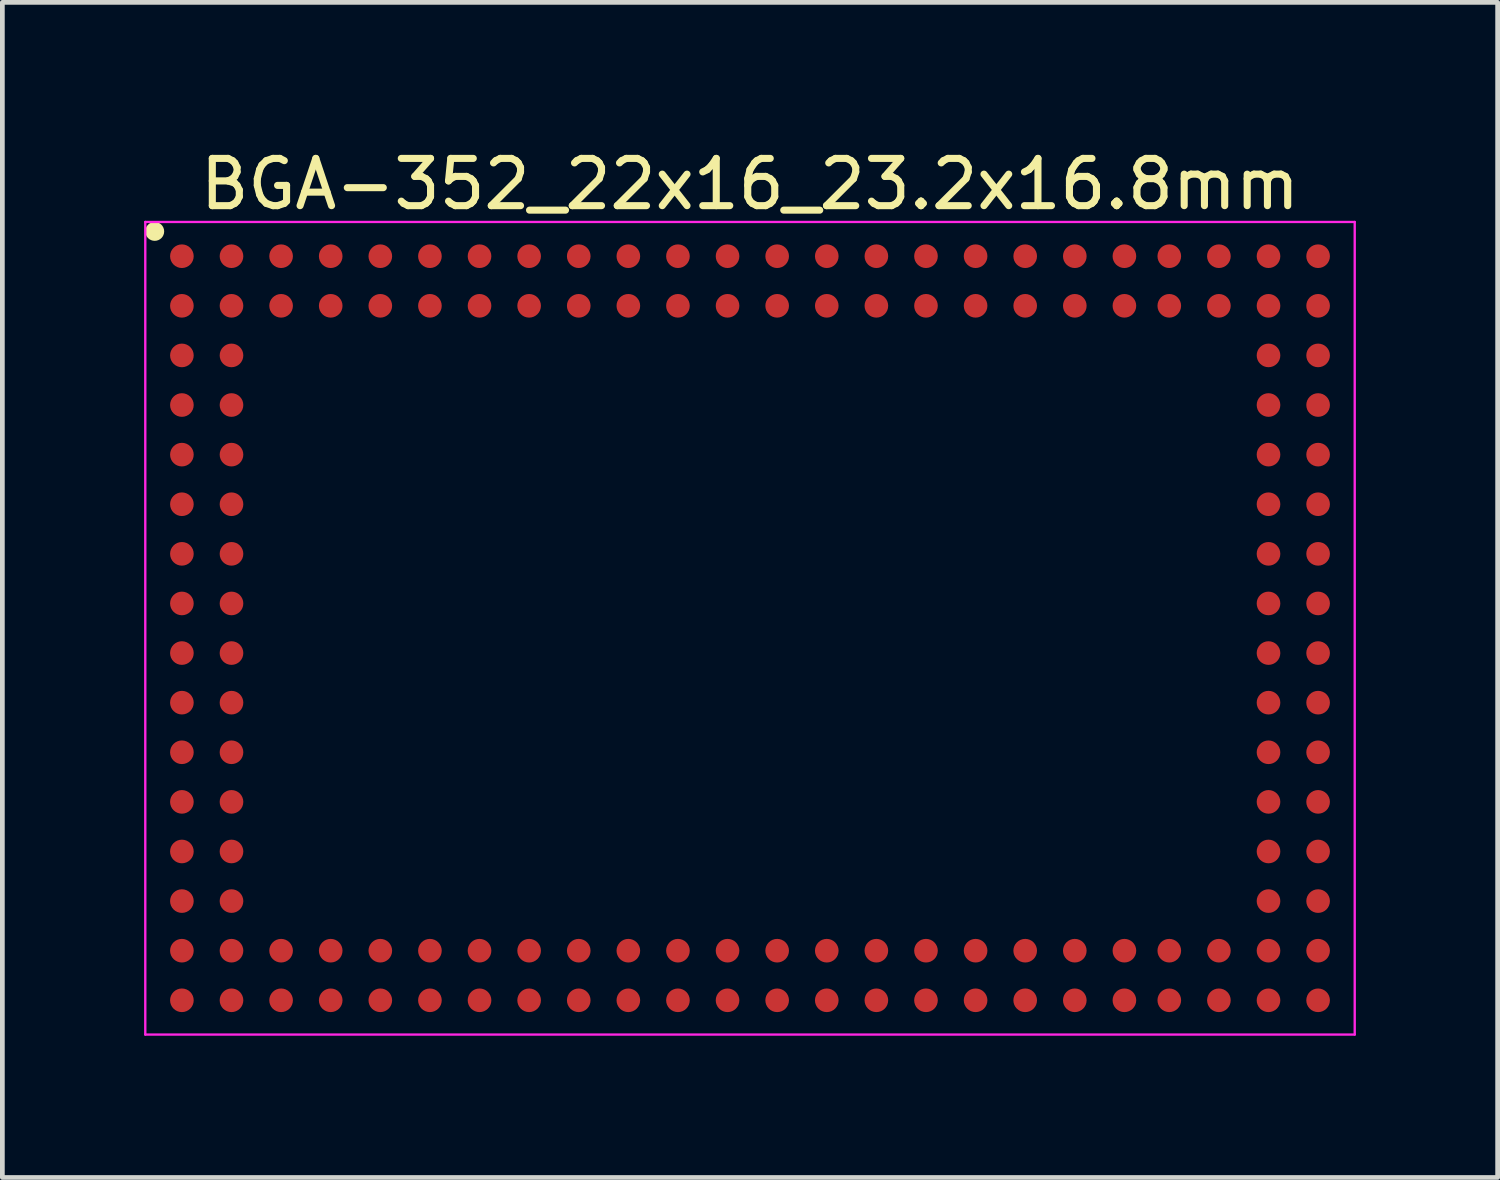
<source format=kicad_pcb>
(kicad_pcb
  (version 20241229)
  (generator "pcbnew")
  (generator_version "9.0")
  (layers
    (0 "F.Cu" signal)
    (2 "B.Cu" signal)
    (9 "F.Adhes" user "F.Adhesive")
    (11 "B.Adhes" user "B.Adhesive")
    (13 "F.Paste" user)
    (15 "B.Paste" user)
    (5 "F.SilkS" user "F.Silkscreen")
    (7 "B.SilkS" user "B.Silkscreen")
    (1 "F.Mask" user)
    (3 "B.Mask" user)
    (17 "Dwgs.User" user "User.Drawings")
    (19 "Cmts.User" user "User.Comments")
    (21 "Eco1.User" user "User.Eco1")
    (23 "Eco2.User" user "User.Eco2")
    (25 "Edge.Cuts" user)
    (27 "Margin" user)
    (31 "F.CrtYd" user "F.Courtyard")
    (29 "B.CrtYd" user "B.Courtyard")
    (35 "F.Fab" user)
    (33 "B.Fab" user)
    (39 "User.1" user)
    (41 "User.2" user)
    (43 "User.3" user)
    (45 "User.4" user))
  (footprint "BGA-352_22x16_23.2x16.8mm"
    (layer "F.Cu")
    (at 12.825 10.248)
    (property "Reference" "BGA-352_22x16_23.2x16.8mm" (at 0 -9.4 0) (layer "F.SilkS") (effects (font (size 1 1) (thickness 0.15))))
    (attr smd)
    (fp_circle (center -12.6 -8.4) (end -12.5 -8.4) (stroke (width 0.2) (type solid)) (fill no) (layer "F.SilkS"))
    (fp_line (start -12.8 -8.6) (end 12.8 -8.6) (stroke (width 0.05) (type solid)) (layer "F.CrtYd"))
    (fp_line (start -12.8 8.6) (end -12.8 -8.6) (stroke (width 0.05) (type solid)) (layer "F.CrtYd"))
    (fp_line (start 12.8 -8.6) (end 12.8 8.6) (stroke (width 0.05) (type solid)) (layer "F.CrtYd"))
    (fp_line (start 12.8 8.6) (end -12.8 8.6) (stroke (width 0.05) (type solid)) (layer "F.CrtYd"))
    (pad "A1" smd circle (at -12.025 -7.875) (size 0.5 0.5) (layers "F.Cu" "F.Mask" "F.Paste"))
    (pad "A2" smd circle (at -10.975 -7.875) (size 0.5 0.5) (layers "F.Cu" "F.Mask" "F.Paste"))
    (pad "A3" smd circle (at -9.925 -7.875) (size 0.5 0.5) (layers "F.Cu" "F.Mask" "F.Paste"))
    (pad "A4" smd circle (at -8.875 -7.875) (size 0.5 0.5) (layers "F.Cu" "F.Mask" "F.Paste"))
    (pad "A5" smd circle (at -7.825 -7.875) (size 0.5 0.5) (layers "F.Cu" "F.Mask" "F.Paste"))
    (pad "A6" smd circle (at -6.775 -7.875) (size 0.5 0.5) (layers "F.Cu" "F.Mask" "F.Paste"))
    (pad "A7" smd circle (at -5.725 -7.875) (size 0.5 0.5) (layers "F.Cu" "F.Mask" "F.Paste"))
    (pad "A8" smd circle (at -4.675 -7.875) (size 0.5 0.5) (layers "F.Cu" "F.Mask" "F.Paste"))
    (pad "A9" smd circle (at -3.625 -7.875) (size 0.5 0.5) (layers "F.Cu" "F.Mask" "F.Paste"))
    (pad "A10" smd circle (at -2.575 -7.875) (size 0.5 0.5) (layers "F.Cu" "F.Mask" "F.Paste"))
    (pad "A11" smd circle (at -1.525 -7.875) (size 0.5 0.5) (layers "F.Cu" "F.Mask" "F.Paste"))
    (pad "A12" smd circle (at -0.475 -7.875) (size 0.5 0.5) (layers "F.Cu" "F.Mask" "F.Paste"))
    (pad "A13" smd circle (at 0.575 -7.875) (size 0.5 0.5) (layers "F.Cu" "F.Mask" "F.Paste"))
    (pad "A14" smd circle (at 1.625 -7.875) (size 0.5 0.5) (layers "F.Cu" "F.Mask" "F.Paste"))
    (pad "A15" smd circle (at 2.675 -7.875) (size 0.5 0.5) (layers "F.Cu" "F.Mask" "F.Paste"))
    (pad "A16" smd circle (at 3.725 -7.875) (size 0.5 0.5) (layers "F.Cu" "F.Mask" "F.Paste"))
    (pad "A17" smd circle (at 4.775 -7.875) (size 0.5 0.5) (layers "F.Cu" "F.Mask" "F.Paste"))
    (pad "A18" smd circle (at 5.825 -7.875) (size 0.5 0.5) (layers "F.Cu" "F.Mask" "F.Paste"))
    (pad "A19" smd circle (at 6.875 -7.875) (size 0.5 0.5) (layers "F.Cu" "F.Mask" "F.Paste"))
    (pad "A19" smd circle (at 8.875 -7.875) (size 0.5 0.5) (layers "F.Cu" "F.Mask" "F.Paste"))
    (pad "A20" smd circle (at 7.925 -7.875) (size 0.5 0.5) (layers "F.Cu" "F.Mask" "F.Paste"))
    (pad "A20" smd circle (at 9.925 -7.875) (size 0.5 0.5) (layers "F.Cu" "F.Mask" "F.Paste"))
    (pad "A21" smd circle (at 10.975 -7.875) (size 0.5 0.5) (layers "F.Cu" "F.Mask" "F.Paste"))
    (pad "A22" smd circle (at 12.025 -7.875) (size 0.5 0.5) (layers "F.Cu" "F.Mask" "F.Paste"))
    (pad "B1" smd circle (at -12.025 -6.825) (size 0.5 0.5) (layers "F.Cu" "F.Mask" "F.Paste"))
    (pad "B2" smd circle (at -10.975 -6.825) (size 0.5 0.5) (layers "F.Cu" "F.Mask" "F.Paste"))
    (pad "B3" smd circle (at -9.925 -6.825) (size 0.5 0.5) (layers "F.Cu" "F.Mask" "F.Paste"))
    (pad "B4" smd circle (at -8.875 -6.825) (size 0.5 0.5) (layers "F.Cu" "F.Mask" "F.Paste"))
    (pad "B5" smd circle (at -7.825 -6.825) (size 0.5 0.5) (layers "F.Cu" "F.Mask" "F.Paste"))
    (pad "B6" smd circle (at -6.775 -6.825) (size 0.5 0.5) (layers "F.Cu" "F.Mask" "F.Paste"))
    (pad "B7" smd circle (at -5.725 -6.825) (size 0.5 0.5) (layers "F.Cu" "F.Mask" "F.Paste"))
    (pad "B8" smd circle (at -4.675 -6.825) (size 0.5 0.5) (layers "F.Cu" "F.Mask" "F.Paste"))
    (pad "B9" smd circle (at -3.625 -6.825) (size 0.5 0.5) (layers "F.Cu" "F.Mask" "F.Paste"))
    (pad "B10" smd circle (at -2.575 -6.825) (size 0.5 0.5) (layers "F.Cu" "F.Mask" "F.Paste"))
    (pad "B11" smd circle (at -1.525 -6.825) (size 0.5 0.5) (layers "F.Cu" "F.Mask" "F.Paste"))
    (pad "B12" smd circle (at -0.475 -6.825) (size 0.5 0.5) (layers "F.Cu" "F.Mask" "F.Paste"))
    (pad "B13" smd circle (at 0.575 -6.825) (size 0.5 0.5) (layers "F.Cu" "F.Mask" "F.Paste"))
    (pad "B14" smd circle (at 1.625 -6.825) (size 0.5 0.5) (layers "F.Cu" "F.Mask" "F.Paste"))
    (pad "B15" smd circle (at 2.675 -6.825) (size 0.5 0.5) (layers "F.Cu" "F.Mask" "F.Paste"))
    (pad "B16" smd circle (at 3.725 -6.825) (size 0.5 0.5) (layers "F.Cu" "F.Mask" "F.Paste"))
    (pad "B17" smd circle (at 4.775 -6.825) (size 0.5 0.5) (layers "F.Cu" "F.Mask" "F.Paste"))
    (pad "B18" smd circle (at 5.825 -6.825) (size 0.5 0.5) (layers "F.Cu" "F.Mask" "F.Paste"))
    (pad "B19" smd circle (at 6.875 -6.825) (size 0.5 0.5) (layers "F.Cu" "F.Mask" "F.Paste"))
    (pad "B19" smd circle (at 8.875 -6.825) (size 0.5 0.5) (layers "F.Cu" "F.Mask" "F.Paste"))
    (pad "B20" smd circle (at 7.925 -6.825) (size 0.5 0.5) (layers "F.Cu" "F.Mask" "F.Paste"))
    (pad "B20" smd circle (at 9.925 -6.825) (size 0.5 0.5) (layers "F.Cu" "F.Mask" "F.Paste"))
    (pad "B21" smd circle (at 10.975 -6.825) (size 0.5 0.5) (layers "F.Cu" "F.Mask" "F.Paste"))
    (pad "B22" smd circle (at 12.025 -6.825) (size 0.5 0.5) (layers "F.Cu" "F.Mask" "F.Paste"))
    (pad "C1" smd circle (at -12.025 -5.775) (size 0.5 0.5) (layers "F.Cu" "F.Mask" "F.Paste"))
    (pad "C2" smd circle (at -10.975 -5.775) (size 0.5 0.5) (layers "F.Cu" "F.Mask" "F.Paste"))
    (pad "C21" smd circle (at 10.975 -5.775) (size 0.5 0.5) (layers "F.Cu" "F.Mask" "F.Paste"))
    (pad "C22" smd circle (at 12.025 -5.775) (size 0.5 0.5) (layers "F.Cu" "F.Mask" "F.Paste"))
    (pad "D1" smd circle (at -12.025 -4.725) (size 0.5 0.5) (layers "F.Cu" "F.Mask" "F.Paste"))
    (pad "D2" smd circle (at -10.975 -4.725) (size 0.5 0.5) (layers "F.Cu" "F.Mask" "F.Paste"))
    (pad "D21" smd circle (at 10.975 -4.725) (size 0.5 0.5) (layers "F.Cu" "F.Mask" "F.Paste"))
    (pad "D22" smd circle (at 12.025 -4.725) (size 0.5 0.5) (layers "F.Cu" "F.Mask" "F.Paste"))
    (pad "E1" smd circle (at -12.025 -3.675) (size 0.5 0.5) (layers "F.Cu" "F.Mask" "F.Paste"))
    (pad "E2" smd circle (at -10.975 -3.675) (size 0.5 0.5) (layers "F.Cu" "F.Mask" "F.Paste"))
    (pad "E21" smd circle (at 10.975 -3.675) (size 0.5 0.5) (layers "F.Cu" "F.Mask" "F.Paste"))
    (pad "E22" smd circle (at 12.025 -3.675) (size 0.5 0.5) (layers "F.Cu" "F.Mask" "F.Paste"))
    (pad "F1" smd circle (at -12.025 -2.625) (size 0.5 0.5) (layers "F.Cu" "F.Mask" "F.Paste"))
    (pad "F2" smd circle (at -10.975 -2.625) (size 0.5 0.5) (layers "F.Cu" "F.Mask" "F.Paste"))
    (pad "F21" smd circle (at 10.975 -2.625) (size 0.5 0.5) (layers "F.Cu" "F.Mask" "F.Paste"))
    (pad "F22" smd circle (at 12.025 -2.625) (size 0.5 0.5) (layers "F.Cu" "F.Mask" "F.Paste"))
    (pad "G1" smd circle (at -12.025 -1.575) (size 0.5 0.5) (layers "F.Cu" "F.Mask" "F.Paste"))
    (pad "G2" smd circle (at -10.975 -1.575) (size 0.5 0.5) (layers "F.Cu" "F.Mask" "F.Paste"))
    (pad "G21" smd circle (at 10.975 -1.575) (size 0.5 0.5) (layers "F.Cu" "F.Mask" "F.Paste"))
    (pad "G22" smd circle (at 12.025 -1.575) (size 0.5 0.5) (layers "F.Cu" "F.Mask" "F.Paste"))
    (pad "H1" smd circle (at -12.025 -0.525) (size 0.5 0.5) (layers "F.Cu" "F.Mask" "F.Paste"))
    (pad "H2" smd circle (at -10.975 -0.525) (size 0.5 0.5) (layers "F.Cu" "F.Mask" "F.Paste"))
    (pad "H21" smd circle (at 10.975 -0.525) (size 0.5 0.5) (layers "F.Cu" "F.Mask" "F.Paste"))
    (pad "H22" smd circle (at 12.025 -0.525) (size 0.5 0.5) (layers "F.Cu" "F.Mask" "F.Paste"))
    (pad "J1" smd circle (at -12.025 0.525) (size 0.5 0.5) (layers "F.Cu" "F.Mask" "F.Paste"))
    (pad "J2" smd circle (at -10.975 0.525) (size 0.5 0.5) (layers "F.Cu" "F.Mask" "F.Paste"))
    (pad "J21" smd circle (at 10.975 0.525) (size 0.5 0.5) (layers "F.Cu" "F.Mask" "F.Paste"))
    (pad "J22" smd circle (at 12.025 0.525) (size 0.5 0.5) (layers "F.Cu" "F.Mask" "F.Paste"))
    (pad "K1" smd circle (at -12.025 1.575) (size 0.5 0.5) (layers "F.Cu" "F.Mask" "F.Paste"))
    (pad "K2" smd circle (at -10.975 1.575) (size 0.5 0.5) (layers "F.Cu" "F.Mask" "F.Paste"))
    (pad "K21" smd circle (at 10.975 1.575) (size 0.5 0.5) (layers "F.Cu" "F.Mask" "F.Paste"))
    (pad "K22" smd circle (at 12.025 1.575) (size 0.5 0.5) (layers "F.Cu" "F.Mask" "F.Paste"))
    (pad "L1" smd circle (at -12.025 2.625) (size 0.5 0.5) (layers "F.Cu" "F.Mask" "F.Paste"))
    (pad "L2" smd circle (at -10.975 2.625) (size 0.5 0.5) (layers "F.Cu" "F.Mask" "F.Paste"))
    (pad "L21" smd circle (at 10.975 2.625) (size 0.5 0.5) (layers "F.Cu" "F.Mask" "F.Paste"))
    (pad "L22" smd circle (at 12.025 2.625) (size 0.5 0.5) (layers "F.Cu" "F.Mask" "F.Paste"))
    (pad "M1" smd circle (at -12.025 3.675) (size 0.5 0.5) (layers "F.Cu" "F.Mask" "F.Paste"))
    (pad "M2" smd circle (at -10.975 3.675) (size 0.5 0.5) (layers "F.Cu" "F.Mask" "F.Paste"))
    (pad "M21" smd circle (at 10.975 3.675) (size 0.5 0.5) (layers "F.Cu" "F.Mask" "F.Paste"))
    (pad "M22" smd circle (at 12.025 3.675) (size 0.5 0.5) (layers "F.Cu" "F.Mask" "F.Paste"))
    (pad "N1" smd circle (at -12.025 4.725) (size 0.5 0.5) (layers "F.Cu" "F.Mask" "F.Paste"))
    (pad "N2" smd circle (at -10.975 4.725) (size 0.5 0.5) (layers "F.Cu" "F.Mask" "F.Paste"))
    (pad "N21" smd circle (at 10.975 4.725) (size 0.5 0.5) (layers "F.Cu" "F.Mask" "F.Paste"))
    (pad "N22" smd circle (at 12.025 4.725) (size 0.5 0.5) (layers "F.Cu" "F.Mask" "F.Paste"))
    (pad "P1" smd circle (at -12.025 5.775) (size 0.5 0.5) (layers "F.Cu" "F.Mask" "F.Paste"))
    (pad "P2" smd circle (at -10.975 5.775) (size 0.5 0.5) (layers "F.Cu" "F.Mask" "F.Paste"))
    (pad "P21" smd circle (at 10.975 5.775) (size 0.5 0.5) (layers "F.Cu" "F.Mask" "F.Paste"))
    (pad "P22" smd circle (at 12.025 5.775) (size 0.5 0.5) (layers "F.Cu" "F.Mask" "F.Paste"))
    (pad "R1" smd circle (at -12.025 6.825) (size 0.5 0.5) (layers "F.Cu" "F.Mask" "F.Paste"))
    (pad "R2" smd circle (at -10.975 6.825) (size 0.5 0.5) (layers "F.Cu" "F.Mask" "F.Paste"))
    (pad "R3" smd circle (at -9.925 6.825) (size 0.5 0.5) (layers "F.Cu" "F.Mask" "F.Paste"))
    (pad "R4" smd circle (at -8.875 6.825) (size 0.5 0.5) (layers "F.Cu" "F.Mask" "F.Paste"))
    (pad "R5" smd circle (at -7.825 6.825) (size 0.5 0.5) (layers "F.Cu" "F.Mask" "F.Paste"))
    (pad "R6" smd circle (at -6.775 6.825) (size 0.5 0.5) (layers "F.Cu" "F.Mask" "F.Paste"))
    (pad "R7" smd circle (at -5.725 6.825) (size 0.5 0.5) (layers "F.Cu" "F.Mask" "F.Paste"))
    (pad "R8" smd circle (at -4.675 6.825) (size 0.5 0.5) (layers "F.Cu" "F.Mask" "F.Paste"))
    (pad "R9" smd circle (at -3.625 6.825) (size 0.5 0.5) (layers "F.Cu" "F.Mask" "F.Paste"))
    (pad "R10" smd circle (at -2.575 6.825) (size 0.5 0.5) (layers "F.Cu" "F.Mask" "F.Paste"))
    (pad "R11" smd circle (at -1.525 6.825) (size 0.5 0.5) (layers "F.Cu" "F.Mask" "F.Paste"))
    (pad "R12" smd circle (at -0.475 6.825) (size 0.5 0.5) (layers "F.Cu" "F.Mask" "F.Paste"))
    (pad "R13" smd circle (at 0.575 6.825) (size 0.5 0.5) (layers "F.Cu" "F.Mask" "F.Paste"))
    (pad "R14" smd circle (at 1.625 6.825) (size 0.5 0.5) (layers "F.Cu" "F.Mask" "F.Paste"))
    (pad "R15" smd circle (at 2.675 6.825) (size 0.5 0.5) (layers "F.Cu" "F.Mask" "F.Paste"))
    (pad "R16" smd circle (at 3.725 6.825) (size 0.5 0.5) (layers "F.Cu" "F.Mask" "F.Paste"))
    (pad "R17" smd circle (at 4.775 6.825) (size 0.5 0.5) (layers "F.Cu" "F.Mask" "F.Paste"))
    (pad "R18" smd circle (at 5.825 6.825) (size 0.5 0.5) (layers "F.Cu" "F.Mask" "F.Paste"))
    (pad "R19" smd circle (at 6.875 6.825) (size 0.5 0.5) (layers "F.Cu" "F.Mask" "F.Paste"))
    (pad "R19" smd circle (at 8.875 6.825) (size 0.5 0.5) (layers "F.Cu" "F.Mask" "F.Paste"))
    (pad "R20" smd circle (at 7.925 6.825) (size 0.5 0.5) (layers "F.Cu" "F.Mask" "F.Paste"))
    (pad "R20" smd circle (at 9.925 6.825) (size 0.5 0.5) (layers "F.Cu" "F.Mask" "F.Paste"))
    (pad "R21" smd circle (at 10.975 6.825) (size 0.5 0.5) (layers "F.Cu" "F.Mask" "F.Paste"))
    (pad "R22" smd circle (at 12.025 6.825) (size 0.5 0.5) (layers "F.Cu" "F.Mask" "F.Paste"))
    (pad "T1" smd circle (at -12.025 7.875) (size 0.5 0.5) (layers "F.Cu" "F.Mask" "F.Paste"))
    (pad "T2" smd circle (at -10.975 7.875) (size 0.5 0.5) (layers "F.Cu" "F.Mask" "F.Paste"))
    (pad "T3" smd circle (at -9.925 7.875) (size 0.5 0.5) (layers "F.Cu" "F.Mask" "F.Paste"))
    (pad "T4" smd circle (at -8.875 7.875) (size 0.5 0.5) (layers "F.Cu" "F.Mask" "F.Paste"))
    (pad "T5" smd circle (at -7.825 7.875) (size 0.5 0.5) (layers "F.Cu" "F.Mask" "F.Paste"))
    (pad "T6" smd circle (at -6.775 7.875) (size 0.5 0.5) (layers "F.Cu" "F.Mask" "F.Paste"))
    (pad "T7" smd circle (at -5.725 7.875) (size 0.5 0.5) (layers "F.Cu" "F.Mask" "F.Paste"))
    (pad "T8" smd circle (at -4.675 7.875) (size 0.5 0.5) (layers "F.Cu" "F.Mask" "F.Paste"))
    (pad "T9" smd circle (at -3.625 7.875) (size 0.5 0.5) (layers "F.Cu" "F.Mask" "F.Paste"))
    (pad "T10" smd circle (at -2.575 7.875) (size 0.5 0.5) (layers "F.Cu" "F.Mask" "F.Paste"))
    (pad "T11" smd circle (at -1.525 7.875) (size 0.5 0.5) (layers "F.Cu" "F.Mask" "F.Paste"))
    (pad "T12" smd circle (at -0.475 7.875) (size 0.5 0.5) (layers "F.Cu" "F.Mask" "F.Paste"))
    (pad "T13" smd circle (at 0.575 7.875) (size 0.5 0.5) (layers "F.Cu" "F.Mask" "F.Paste"))
    (pad "T14" smd circle (at 1.625 7.875) (size 0.5 0.5) (layers "F.Cu" "F.Mask" "F.Paste"))
    (pad "T15" smd circle (at 2.675 7.875) (size 0.5 0.5) (layers "F.Cu" "F.Mask" "F.Paste"))
    (pad "T16" smd circle (at 3.725 7.875) (size 0.5 0.5) (layers "F.Cu" "F.Mask" "F.Paste"))
    (pad "T17" smd circle (at 4.775 7.875) (size 0.5 0.5) (layers "F.Cu" "F.Mask" "F.Paste"))
    (pad "T18" smd circle (at 5.825 7.875) (size 0.5 0.5) (layers "F.Cu" "F.Mask" "F.Paste"))
    (pad "T19" smd circle (at 6.875 7.875) (size 0.5 0.5) (layers "F.Cu" "F.Mask" "F.Paste"))
    (pad "T19" smd circle (at 8.875 7.875) (size 0.5 0.5) (layers "F.Cu" "F.Mask" "F.Paste"))
    (pad "T20" smd circle (at 7.925 7.875) (size 0.5 0.5) (layers "F.Cu" "F.Mask" "F.Paste"))
    (pad "T20" smd circle (at 9.925 7.875) (size 0.5 0.5) (layers "F.Cu" "F.Mask" "F.Paste"))
    (pad "T21" smd circle (at 10.975 7.875) (size 0.5 0.5) (layers "F.Cu" "F.Mask" "F.Paste"))
    (pad "T22" smd circle (at 12.025 7.875) (size 0.5 0.5) (layers "F.Cu" "F.Mask" "F.Paste")))
  (gr_rect
    (start -3 -3)
    (end 28.65 21.873)
    (stroke (width 0.1) (type default))
    (fill no)
    (layer "Edge.Cuts")))
</source>
